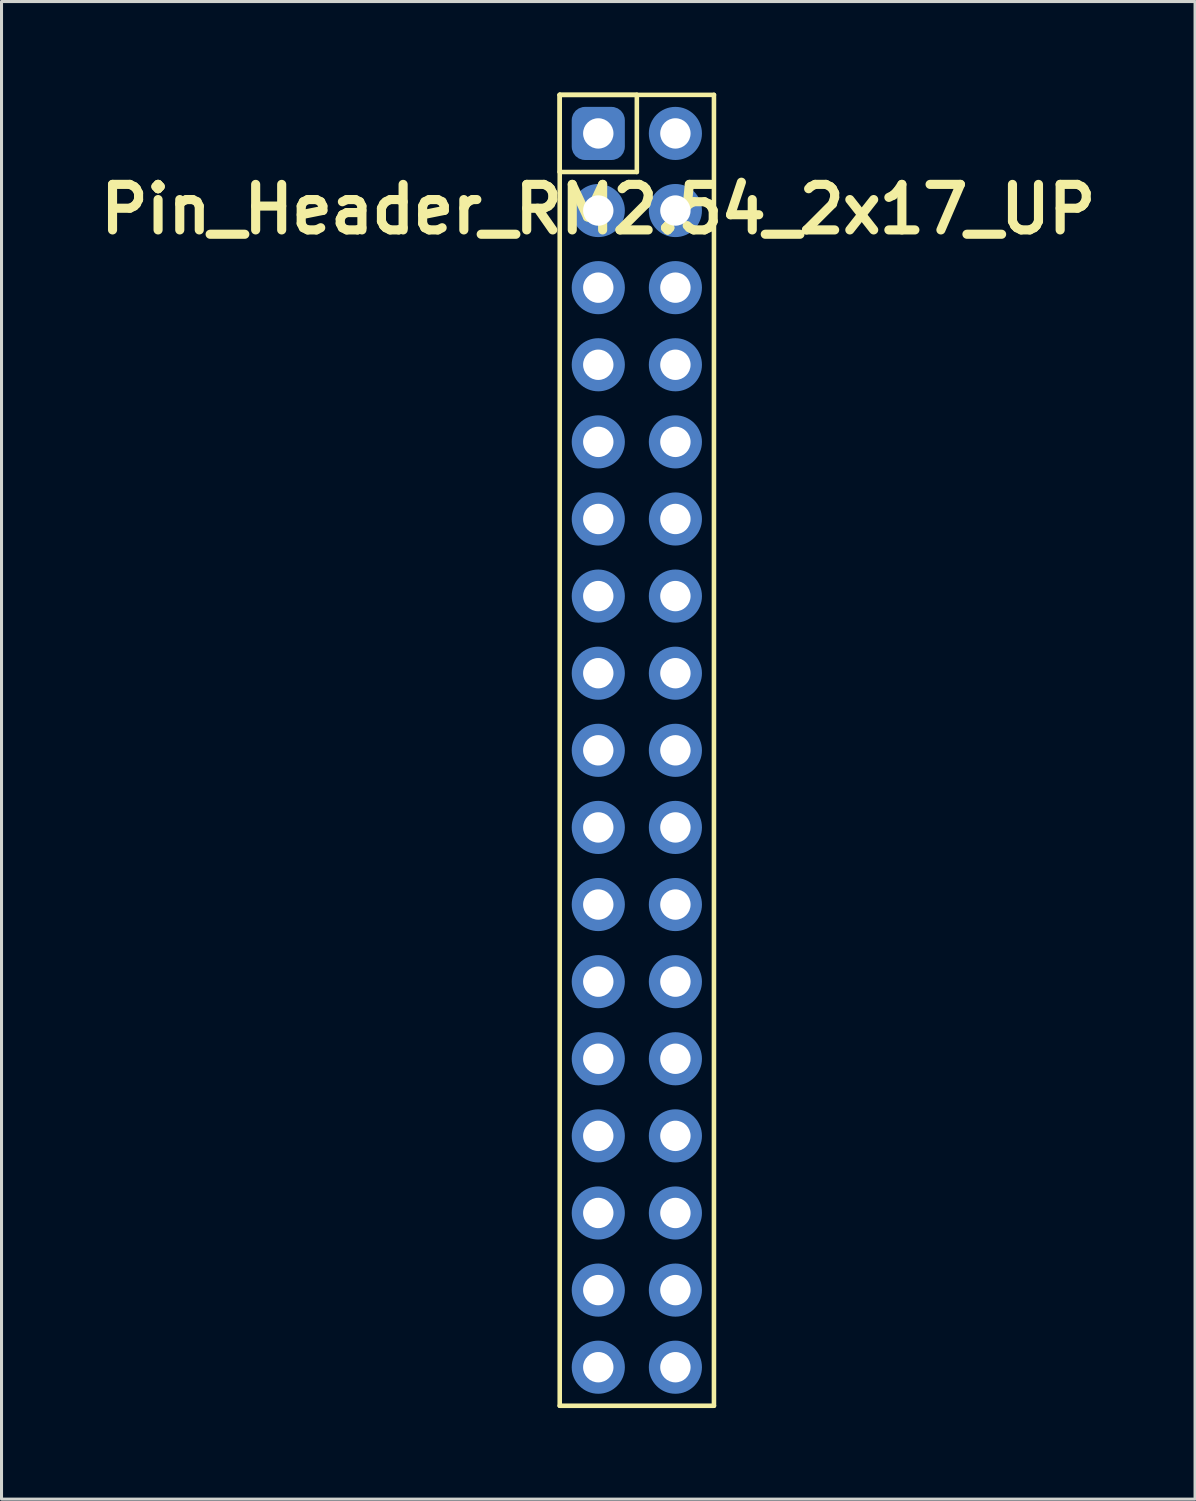
<source format=kicad_pcb>
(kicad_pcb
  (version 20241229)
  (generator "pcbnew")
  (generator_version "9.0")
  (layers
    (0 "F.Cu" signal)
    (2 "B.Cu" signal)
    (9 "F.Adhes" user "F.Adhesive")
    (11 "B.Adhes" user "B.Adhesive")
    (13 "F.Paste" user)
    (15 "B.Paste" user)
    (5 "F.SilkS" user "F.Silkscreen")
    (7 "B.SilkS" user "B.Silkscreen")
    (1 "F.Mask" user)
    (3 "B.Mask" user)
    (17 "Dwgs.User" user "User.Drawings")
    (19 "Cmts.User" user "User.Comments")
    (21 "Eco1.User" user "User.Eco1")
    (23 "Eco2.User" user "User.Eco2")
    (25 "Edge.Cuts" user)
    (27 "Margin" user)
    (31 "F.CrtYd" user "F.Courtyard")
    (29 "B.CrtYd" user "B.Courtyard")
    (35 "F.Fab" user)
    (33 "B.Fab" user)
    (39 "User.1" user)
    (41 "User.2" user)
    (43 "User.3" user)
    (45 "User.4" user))
  (footprint "Pin_Header_RM2.54_2x17_UP"
    (layer "F.Cu")
    (at 16.657 1.345)
    (property "Reference" "Pin_Header_RM2.54_2x17_UP" (at 0 2.5 0) (layer "F.SilkS") (effects (font (size 1.5 1.5) (thickness 0.3))))
    (attr through_hole)
    (fp_line (start -1.27 -1.27) (end 1.27 -1.27) (stroke (width 0.15) (type solid)) (layer "F.SilkS"))
    (fp_line (start -1.27 -1.27) (end 3.81 -1.27) (stroke (width 0.15) (type solid)) (layer "F.SilkS"))
    (fp_line (start -1.27 1.27) (end -1.27 -1.27) (stroke (width 0.15) (type solid)) (layer "F.SilkS"))
    (fp_line (start -1.27 41.91) (end -1.27 -1.27) (stroke (width 0.15) (type solid)) (layer "F.SilkS"))
    (fp_line (start 1.27 -1.27) (end 1.27 1.27) (stroke (width 0.15) (type solid)) (layer "F.SilkS"))
    (fp_line (start 1.27 1.27) (end -1.27 1.27) (stroke (width 0.15) (type solid)) (layer "F.SilkS"))
    (fp_line (start 3.81 -1.27) (end 3.81 41.91) (stroke (width 0.15) (type solid)) (layer "F.SilkS"))
    (fp_line (start 3.81 41.91) (end -1.27 41.91) (stroke (width 0.15) (type solid)) (layer "F.SilkS"))
    (pad "1" thru_hole circle (at 0 0) (size 1.3 1.3) (drill 1) (layers "*.Cu" "*.Mask"))
    (pad "1" smd roundrect (at 0 0) (size 1.5 1.5) (layers "F.Cu" "F.Mask") (roundrect_rratio 0.25))
    (pad "1" smd roundrect (at 0 0) (size 1.75 1.75) (layers "B.Cu" "B.Mask") (roundrect_rratio 0.25))
    (pad "2" thru_hole circle (at 2.54 0) (size 1.3 1.3) (drill 1) (layers "*.Cu" "*.Mask"))
    (pad "2" smd circle (at 2.54 0) (size 1.5 1.5) (layers "F.Cu" "F.Mask"))
    (pad "2" smd circle (at 2.54 0) (size 1.75 1.75) (layers "B.Cu" "B.Mask"))
    (pad "3" thru_hole circle (at 0 2.54) (size 1.3 1.3) (drill 1) (layers "*.Cu" "*.Mask"))
    (pad "3" smd circle (at 0 2.54) (size 1.5 1.5) (layers "F.Cu" "F.Mask"))
    (pad "3" smd circle (at 0 2.54) (size 1.75 1.75) (layers "B.Cu" "B.Mask"))
    (pad "4" thru_hole circle (at 2.54 2.54) (size 1.3 1.3) (drill 1) (layers "*.Cu" "*.Mask"))
    (pad "4" smd circle (at 2.54 2.54) (size 1.5 1.5) (layers "F.Cu" "F.Mask"))
    (pad "4" smd circle (at 2.54 2.54) (size 1.75 1.75) (layers "B.Cu" "B.Mask"))
    (pad "5" thru_hole circle (at 0 5.08) (size 1.3 1.3) (drill 1) (layers "*.Cu" "*.Mask"))
    (pad "5" smd circle (at 0 5.08) (size 1.5 1.5) (layers "F.Cu" "F.Mask"))
    (pad "5" smd circle (at 0 5.08) (size 1.75 1.75) (layers "B.Cu" "B.Mask"))
    (pad "6" thru_hole circle (at 2.54 5.08) (size 1.3 1.3) (drill 1) (layers "*.Cu" "*.Mask"))
    (pad "6" smd circle (at 2.54 5.08) (size 1.5 1.5) (layers "F.Cu" "F.Mask"))
    (pad "6" smd circle (at 2.54 5.08) (size 1.75 1.75) (layers "B.Cu" "B.Mask"))
    (pad "7" thru_hole circle (at 0 7.62) (size 1.3 1.3) (drill 1) (layers "*.Cu" "*.Mask"))
    (pad "7" smd circle (at 0 7.62) (size 1.5 1.5) (layers "F.Cu" "F.Mask"))
    (pad "7" smd circle (at 0 7.62) (size 1.75 1.75) (layers "B.Cu" "B.Mask"))
    (pad "8" thru_hole circle (at 2.54 7.62) (size 1.3 1.3) (drill 1) (layers "*.Cu" "*.Mask"))
    (pad "8" smd circle (at 2.54 7.62) (size 1.5 1.5) (layers "F.Cu" "F.Mask"))
    (pad "8" smd circle (at 2.54 7.62) (size 1.75 1.75) (layers "B.Cu" "B.Mask"))
    (pad "9" thru_hole circle (at 0 10.16) (size 1.3 1.3) (drill 1) (layers "*.Cu" "*.Mask"))
    (pad "9" smd circle (at 0 10.16) (size 1.5 1.5) (layers "F.Cu" "F.Mask"))
    (pad "9" smd circle (at 0 10.16) (size 1.75 1.75) (layers "B.Cu" "B.Mask"))
    (pad "10" thru_hole circle (at 2.54 10.16) (size 1.3 1.3) (drill 1) (layers "*.Cu" "*.Mask"))
    (pad "10" smd circle (at 2.54 10.16) (size 1.5 1.5) (layers "F.Cu" "F.Mask"))
    (pad "10" smd circle (at 2.54 10.16) (size 1.75 1.75) (layers "B.Cu" "B.Mask"))
    (pad "11" thru_hole circle (at 0 12.7) (size 1.3 1.3) (drill 1) (layers "*.Cu" "*.Mask"))
    (pad "11" smd circle (at 0 12.7) (size 1.5 1.5) (layers "F.Cu" "F.Mask"))
    (pad "11" smd circle (at 0 12.7) (size 1.75 1.75) (layers "B.Cu" "B.Mask"))
    (pad "12" thru_hole circle (at 2.54 12.7) (size 1.3 1.3) (drill 1) (layers "*.Cu" "*.Mask"))
    (pad "12" smd circle (at 2.54 12.7) (size 1.5 1.5) (layers "F.Cu" "F.Mask"))
    (pad "12" smd circle (at 2.54 12.7) (size 1.75 1.75) (layers "B.Cu" "B.Mask"))
    (pad "13" thru_hole circle (at 0 15.24) (size 1.3 1.3) (drill 1) (layers "*.Cu" "*.Mask"))
    (pad "13" smd circle (at 0 15.24) (size 1.5 1.5) (layers "F.Cu" "F.Mask"))
    (pad "13" smd circle (at 0 15.24) (size 1.75 1.75) (layers "B.Cu" "B.Mask"))
    (pad "14" thru_hole circle (at 2.54 15.24) (size 1.3 1.3) (drill 1) (layers "*.Cu" "*.Mask"))
    (pad "14" smd circle (at 2.54 15.24) (size 1.5 1.5) (layers "F.Cu" "F.Mask"))
    (pad "14" smd circle (at 2.54 15.24) (size 1.75 1.75) (layers "B.Cu" "B.Mask"))
    (pad "15" thru_hole circle (at 0 17.78) (size 1.3 1.3) (drill 1) (layers "*.Cu" "*.Mask"))
    (pad "15" smd circle (at 0 17.78) (size 1.5 1.5) (layers "F.Cu" "F.Mask"))
    (pad "15" smd circle (at 0 17.78) (size 1.75 1.75) (layers "B.Cu" "B.Mask"))
    (pad "16" thru_hole circle (at 2.54 17.78) (size 1.3 1.3) (drill 1) (layers "*.Cu" "*.Mask"))
    (pad "16" smd circle (at 2.54 17.78) (size 1.5 1.5) (layers "F.Cu" "F.Mask"))
    (pad "16" smd circle (at 2.54 17.78) (size 1.75 1.75) (layers "B.Cu" "B.Mask"))
    (pad "17" thru_hole circle (at 0 20.32) (size 1.3 1.3) (drill 1) (layers "*.Cu" "*.Mask"))
    (pad "17" smd circle (at 0 20.32) (size 1.5 1.5) (layers "F.Cu" "F.Mask"))
    (pad "17" smd circle (at 0 20.32) (size 1.75 1.75) (layers "B.Cu" "B.Mask"))
    (pad "18" thru_hole circle (at 2.54 20.32) (size 1.3 1.3) (drill 1) (layers "*.Cu" "*.Mask"))
    (pad "18" smd circle (at 2.54 20.32) (size 1.5 1.5) (layers "F.Cu" "F.Mask"))
    (pad "18" smd circle (at 2.54 20.32) (size 1.75 1.75) (layers "B.Cu" "B.Mask"))
    (pad "19" thru_hole circle (at 0 22.86) (size 1.3 1.3) (drill 1) (layers "*.Cu" "*.Mask"))
    (pad "19" smd circle (at 0 22.86) (size 1.5 1.5) (layers "F.Cu" "F.Mask"))
    (pad "19" smd circle (at 0 22.86) (size 1.75 1.75) (layers "B.Cu" "B.Mask"))
    (pad "20" thru_hole circle (at 2.54 22.86) (size 1.3 1.3) (drill 1) (layers "*.Cu" "*.Mask"))
    (pad "20" smd circle (at 2.54 22.86) (size 1.5 1.5) (layers "F.Cu" "F.Mask"))
    (pad "20" smd circle (at 2.54 22.86) (size 1.75 1.75) (layers "B.Cu" "B.Mask"))
    (pad "21" thru_hole circle (at 0 25.4) (size 1.3 1.3) (drill 1) (layers "*.Cu" "*.Mask"))
    (pad "21" smd circle (at 0 25.4) (size 1.5 1.5) (layers "F.Cu" "F.Mask"))
    (pad "21" smd circle (at 0 25.4) (size 1.75 1.75) (layers "B.Cu" "B.Mask"))
    (pad "22" thru_hole circle (at 2.54 25.4) (size 1.3 1.3) (drill 1) (layers "*.Cu" "*.Mask"))
    (pad "22" smd circle (at 2.54 25.4) (size 1.5 1.5) (layers "F.Cu" "F.Mask"))
    (pad "22" smd circle (at 2.54 25.4) (size 1.75 1.75) (layers "B.Cu" "B.Mask"))
    (pad "23" thru_hole circle (at 0 27.94) (size 1.3 1.3) (drill 1) (layers "*.Cu" "*.Mask"))
    (pad "23" smd circle (at 0 27.94) (size 1.5 1.5) (layers "F.Cu" "F.Mask"))
    (pad "23" smd circle (at 0 27.94) (size 1.75 1.75) (layers "B.Cu" "B.Mask"))
    (pad "24" thru_hole circle (at 2.54 27.94) (size 1.3 1.3) (drill 1) (layers "*.Cu" "*.Mask"))
    (pad "24" smd circle (at 2.54 27.94) (size 1.5 1.5) (layers "F.Cu" "F.Mask"))
    (pad "24" smd circle (at 2.54 27.94) (size 1.75 1.75) (layers "B.Cu" "B.Mask"))
    (pad "25" thru_hole circle (at 0 30.48) (size 1.3 1.3) (drill 1) (layers "*.Cu" "*.Mask"))
    (pad "25" smd circle (at 0 30.48) (size 1.5 1.5) (layers "F.Cu" "F.Mask"))
    (pad "25" smd circle (at 0 30.48) (size 1.75 1.75) (layers "B.Cu" "B.Mask"))
    (pad "26" thru_hole circle (at 2.54 30.48) (size 1.3 1.3) (drill 1) (layers "*.Cu" "*.Mask"))
    (pad "26" smd circle (at 2.54 30.48) (size 1.5 1.5) (layers "F.Cu" "F.Mask"))
    (pad "26" smd circle (at 2.54 30.48) (size 1.75 1.75) (layers "B.Cu" "B.Mask"))
    (pad "27" thru_hole circle (at 0 33.02) (size 1.3 1.3) (drill 1) (layers "*.Cu" "*.Mask"))
    (pad "27" smd circle (at 0 33.02) (size 1.5 1.5) (layers "F.Cu" "F.Mask"))
    (pad "27" smd circle (at 0 33.02) (size 1.75 1.75) (layers "B.Cu" "B.Mask"))
    (pad "28" thru_hole circle (at 2.54 33.02) (size 1.3 1.3) (drill 1) (layers "*.Cu" "*.Mask"))
    (pad "28" smd circle (at 2.54 33.02) (size 1.5 1.5) (layers "F.Cu" "F.Mask"))
    (pad "28" smd circle (at 2.54 33.02) (size 1.75 1.75) (layers "B.Cu" "B.Mask"))
    (pad "29" thru_hole circle (at 0 35.56) (size 1.3 1.3) (drill 1) (layers "*.Cu" "*.Mask"))
    (pad "29" smd circle (at 0 35.56) (size 1.5 1.5) (layers "F.Cu" "F.Mask"))
    (pad "29" smd circle (at 0 35.56) (size 1.75 1.75) (layers "B.Cu" "B.Mask"))
    (pad "30" thru_hole circle (at 2.54 35.56) (size 1.3 1.3) (drill 1) (layers "*.Cu" "*.Mask"))
    (pad "30" smd circle (at 2.54 35.56) (size 1.5 1.5) (layers "F.Cu" "F.Mask"))
    (pad "30" smd circle (at 2.54 35.56) (size 1.75 1.75) (layers "B.Cu" "B.Mask"))
    (pad "31" thru_hole circle (at 0 38.1) (size 1.3 1.3) (drill 1) (layers "*.Cu" "*.Mask"))
    (pad "31" smd circle (at 0 38.1) (size 1.5 1.5) (layers "F.Cu" "F.Mask"))
    (pad "31" smd circle (at 0 38.1) (size 1.75 1.75) (layers "B.Cu" "B.Mask"))
    (pad "32" thru_hole circle (at 2.54 38.1) (size 1.3 1.3) (drill 1) (layers "*.Cu" "*.Mask"))
    (pad "32" smd circle (at 2.54 38.1) (size 1.5 1.5) (layers "F.Cu" "F.Mask"))
    (pad "32" smd circle (at 2.54 38.1) (size 1.75 1.75) (layers "B.Cu" "B.Mask"))
    (pad "33" thru_hole circle (at 0 40.64) (size 1.3 1.3) (drill 1) (layers "*.Cu" "*.Mask"))
    (pad "33" smd circle (at 0 40.64) (size 1.5 1.5) (layers "F.Cu" "F.Mask"))
    (pad "33" smd circle (at 0 40.64) (size 1.75 1.75) (layers "B.Cu" "B.Mask"))
    (pad "34" thru_hole circle (at 2.54 40.64) (size 1.3 1.3) (drill 1) (layers "*.Cu" "*.Mask"))
    (pad "34" smd circle (at 2.54 40.64) (size 1.5 1.5) (layers "F.Cu" "F.Mask"))
    (pad "34" smd circle (at 2.54 40.64) (size 1.75 1.75) (layers "B.Cu" "B.Mask")))
  (gr_rect
    (start -3 -3)
    (end 36.314 46.33)
    (stroke (width 0.1) (type default))
    (fill no)
    (layer "Edge.Cuts")))
</source>
